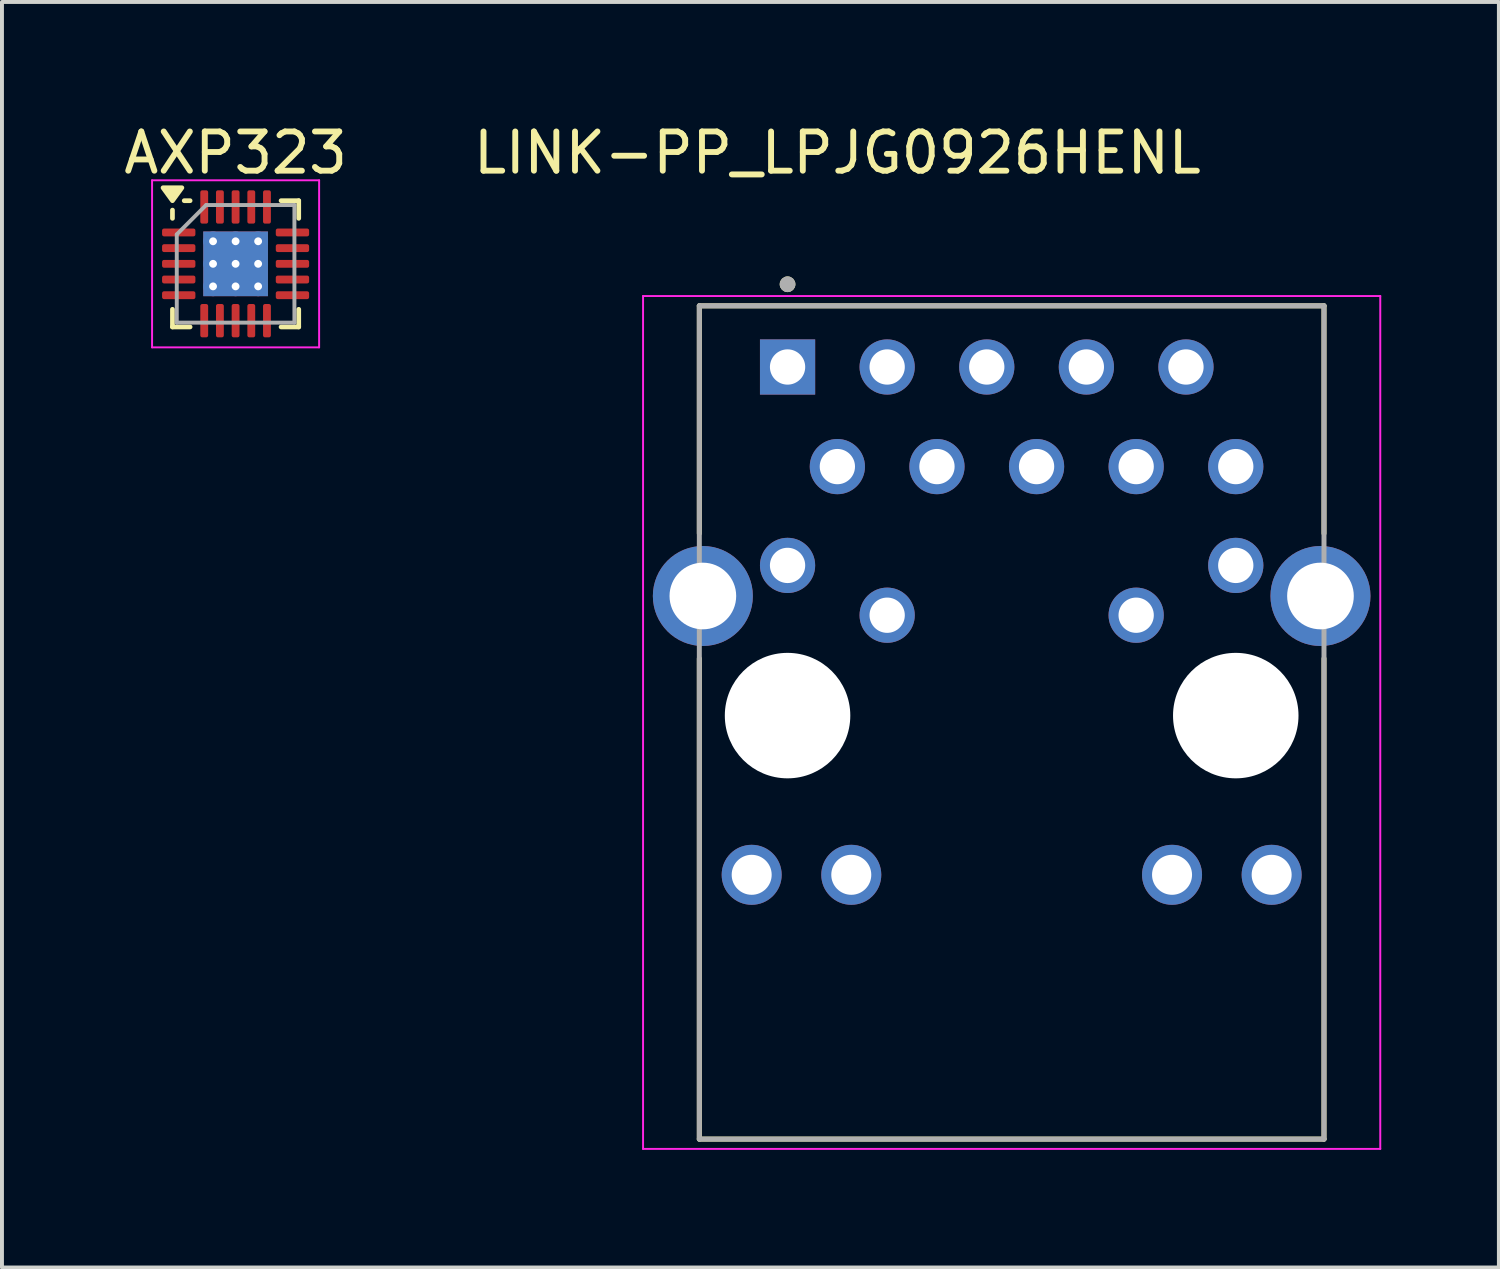
<source format=kicad_pcb>
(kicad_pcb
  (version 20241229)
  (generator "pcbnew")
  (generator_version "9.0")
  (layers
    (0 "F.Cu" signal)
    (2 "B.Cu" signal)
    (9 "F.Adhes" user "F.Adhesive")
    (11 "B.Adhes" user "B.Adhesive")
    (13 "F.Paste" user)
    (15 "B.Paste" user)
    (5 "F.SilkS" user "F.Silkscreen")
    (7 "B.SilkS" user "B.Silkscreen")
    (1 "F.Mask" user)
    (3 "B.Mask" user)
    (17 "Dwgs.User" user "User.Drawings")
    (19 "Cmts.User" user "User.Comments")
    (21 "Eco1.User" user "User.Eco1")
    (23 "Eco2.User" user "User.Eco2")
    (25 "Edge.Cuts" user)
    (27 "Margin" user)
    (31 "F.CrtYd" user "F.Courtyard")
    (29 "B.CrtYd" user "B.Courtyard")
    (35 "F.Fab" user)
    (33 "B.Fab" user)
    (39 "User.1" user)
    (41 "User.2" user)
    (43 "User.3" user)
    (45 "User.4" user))
  (footprint "LINK-PP_LPJG0926HENL"
    (layer "F.Cu")
    (at 22.749 15.199)
    (property "Reference" "LINK-PP_LPJG0926HENL" (at -4.445 -14.351 0) (layer "F.SilkS") (effects (font (size 1 1) (thickness 0.15))))
    (attr through_hole)
    (fp_line (start -7.965 -10.45) (end 7.965 -10.45) (stroke (width 0.127) (type solid)) (layer "F.SilkS"))
    (fp_line (start -7.965 -4.645) (end -7.965 -10.45) (stroke (width 0.127) (type solid)) (layer "F.SilkS"))
    (fp_line (start -7.965 10.8) (end -7.965 -1.455) (stroke (width 0.127) (type solid)) (layer "F.SilkS"))
    (fp_line (start 7.965 -10.45) (end 7.965 -4.645) (stroke (width 0.127) (type solid)) (layer "F.SilkS"))
    (fp_line (start 7.965 10.8) (end -7.965 10.8) (stroke (width 0.127) (type solid)) (layer "F.SilkS"))
    (fp_line (start 7.965 10.8) (end 7.965 -1.455) (stroke (width 0.127) (type solid)) (layer "F.SilkS"))
    (fp_circle (center -5.715 -11) (end -5.615 -11) (stroke (width 0.2) (type solid)) (fill no) (layer "F.SilkS"))
    (fp_line (start -9.4 -10.7) (end -9.4 11.05) (stroke (width 0.05) (type solid)) (layer "F.CrtYd"))
    (fp_line (start -9.4 11.05) (end 9.4 11.05) (stroke (width 0.05) (type solid)) (layer "F.CrtYd"))
    (fp_line (start 9.4 -10.7) (end -9.4 -10.7) (stroke (width 0.05) (type solid)) (layer "F.CrtYd"))
    (fp_line (start 9.4 11.05) (end 9.4 -10.7) (stroke (width 0.05) (type solid)) (layer "F.CrtYd"))
    (fp_line (start -7.965 -10.45) (end 7.965 -10.45) (stroke (width 0.127) (type solid)) (layer "F.Fab"))
    (fp_line (start -7.965 10.8) (end -7.965 -10.45) (stroke (width 0.127) (type solid)) (layer "F.Fab"))
    (fp_line (start 7.965 -10.45) (end 7.965 10.8) (stroke (width 0.127) (type solid)) (layer "F.Fab"))
    (fp_line (start 7.965 10.8) (end -7.965 10.8) (stroke (width 0.127) (type solid)) (layer "F.Fab"))
    (fp_circle (center -5.715 -11) (end -5.615 -11) (stroke (width 0.2) (type solid)) (fill no) (layer "F.Fab"))
    (pad "" np_thru_hole circle (at -5.715 0) (size 3.2 3.2) (drill 3.2) (layers "*.Cu" "*.Mask"))
    (pad "" np_thru_hole circle (at 5.715 0) (size 3.2 3.2) (drill 3.2) (layers "*.Cu" "*.Mask"))
    (pad "1" thru_hole rect (at -5.715 -8.89) (size 1.408 1.408) (drill 0.9) (layers "*.Cu" "*.Mask"))
    (pad "2" thru_hole circle (at -4.445 -6.35) (size 1.408 1.408) (drill 0.9) (layers "*.Cu" "*.Mask"))
    (pad "3" thru_hole circle (at -3.175 -8.89) (size 1.408 1.408) (drill 0.9) (layers "*.Cu" "*.Mask"))
    (pad "4" thru_hole circle (at -1.905 -6.35) (size 1.408 1.408) (drill 0.9) (layers "*.Cu" "*.Mask"))
    (pad "5" thru_hole circle (at -0.635 -8.89) (size 1.408 1.408) (drill 0.9) (layers "*.Cu" "*.Mask"))
    (pad "6" thru_hole circle (at 0.635 -6.35) (size 1.408 1.408) (drill 0.9) (layers "*.Cu" "*.Mask"))
    (pad "7" thru_hole circle (at 1.905 -8.89) (size 1.408 1.408) (drill 0.9) (layers "*.Cu" "*.Mask"))
    (pad "8" thru_hole circle (at 3.175 -6.35) (size 1.408 1.408) (drill 0.9) (layers "*.Cu" "*.Mask"))
    (pad "9" thru_hole circle (at 4.445 -8.89) (size 1.408 1.408) (drill 0.9) (layers "*.Cu" "*.Mask"))
    (pad "10" thru_hole circle (at 5.715 -6.35) (size 1.408 1.408) (drill 0.9) (layers "*.Cu" "*.Mask"))
    (pad "11" thru_hole circle (at -5.715 -3.83) (size 1.408 1.408) (drill 0.9) (layers "*.Cu" "*.Mask"))
    (pad "12" thru_hole circle (at -3.175 -2.56) (size 1.408 1.408) (drill 0.9) (layers "*.Cu" "*.Mask"))
    (pad "13" thru_hole circle (at 3.175 -2.56) (size 1.408 1.408) (drill 0.9) (layers "*.Cu" "*.Mask"))
    (pad "14" thru_hole circle (at 5.715 -3.83) (size 1.408 1.408) (drill 0.9) (layers "*.Cu" "*.Mask"))
    (pad "15" thru_hole circle (at -6.63 4.06) (size 1.53 1.53) (drill 1.02) (layers "*.Cu" "*.Mask"))
    (pad "16" thru_hole circle (at -4.09 4.06) (size 1.53 1.53) (drill 1.02) (layers "*.Cu" "*.Mask"))
    (pad "17" thru_hole circle (at 4.09 4.06) (size 1.53 1.53) (drill 1.02) (layers "*.Cu" "*.Mask"))
    (pad "18" thru_hole circle (at 6.63 4.06) (size 1.53 1.53) (drill 1.02) (layers "*.Cu" "*.Mask"))
    (pad "S1" thru_hole circle (at -7.875 -3.05) (size 2.55 2.55) (drill 1.7) (layers "*.Cu" "*.Mask"))
    (pad "S2" thru_hole circle (at 7.875 -3.05) (size 2.55 2.55) (drill 1.7) (layers "*.Cu" "*.Mask")))
  (footprint "AXP323"
    (layer "F.Cu")
    (at 2.958 3.678)
    (property "Reference" "AXP323" (at 0 -2.83 0) (layer "F.SilkS") (effects (font (size 1 1) (thickness 0.15))))
    (attr smd)
    (fp_line (start -1.61 -1.16) (end -1.61 -1.37) (stroke (width 0.12) (type solid)) (layer "F.SilkS"))
    (fp_line (start -1.61 1.61) (end -1.61 1.16) (stroke (width 0.12) (type solid)) (layer "F.SilkS"))
    (fp_line (start -1.16 -1.61) (end -1.31 -1.61) (stroke (width 0.12) (type solid)) (layer "F.SilkS"))
    (fp_line (start -1.16 1.61) (end -1.61 1.61) (stroke (width 0.12) (type solid)) (layer "F.SilkS"))
    (fp_line (start 1.16 -1.61) (end 1.61 -1.61) (stroke (width 0.12) (type solid)) (layer "F.SilkS"))
    (fp_line (start 1.16 1.61) (end 1.61 1.61) (stroke (width 0.12) (type solid)) (layer "F.SilkS"))
    (fp_line (start 1.61 -1.61) (end 1.61 -1.16) (stroke (width 0.12) (type solid)) (layer "F.SilkS"))
    (fp_line (start 1.61 1.61) (end 1.61 1.16) (stroke (width 0.12) (type solid)) (layer "F.SilkS"))
    (fp_poly (pts (xy -1.61 -1.61) (xy -1.85 -1.94) (xy -1.37 -1.94) (xy -1.61 -1.61)) (stroke (width 0.12) (type solid)) (fill yes) (layer "F.SilkS"))
    (fp_line (start -2.13 -2.13) (end -2.13 2.13) (stroke (width 0.05) (type solid)) (layer "F.CrtYd"))
    (fp_line (start -2.13 2.13) (end 2.13 2.13) (stroke (width 0.05) (type solid)) (layer "F.CrtYd"))
    (fp_line (start 2.13 -2.13) (end -2.13 -2.13) (stroke (width 0.05) (type solid)) (layer "F.CrtYd"))
    (fp_line (start 2.13 2.13) (end 2.13 -2.13) (stroke (width 0.05) (type solid)) (layer "F.CrtYd"))
    (fp_line (start -1.5 -0.75) (end -0.75 -1.5) (stroke (width 0.1) (type solid)) (layer "F.Fab"))
    (fp_line (start -1.5 1.5) (end -1.5 -0.75) (stroke (width 0.1) (type solid)) (layer "F.Fab"))
    (fp_line (start -0.75 -1.5) (end 1.5 -1.5) (stroke (width 0.1) (type solid)) (layer "F.Fab"))
    (fp_line (start 1.5 -1.5) (end 1.5 1.5) (stroke (width 0.1) (type solid)) (layer "F.Fab"))
    (fp_line (start 1.5 1.5) (end -1.5 1.5) (stroke (width 0.1) (type solid)) (layer "F.Fab"))
    (pad "" smd roundrect (at -0.41 -0.41) (size 0.69 0.69) (layers "F.Paste") (roundrect_rratio 0.25))
    (pad "" smd roundrect (at -0.41 0.41) (size 0.69 0.69) (layers "F.Paste") (roundrect_rratio 0.25))
    (pad "" smd roundrect (at 0.41 -0.41) (size 0.69 0.69) (layers "F.Paste") (roundrect_rratio 0.25))
    (pad "" smd roundrect (at 0.41 0.41) (size 0.69 0.69) (layers "F.Paste") (roundrect_rratio 0.25))
    (pad "1" smd roundrect (at -1.45 -0.8) (size 0.85 0.2) (layers "F.Cu" "F.Mask" "F.Paste") (roundrect_rratio 0.25))
    (pad "2" smd roundrect (at -1.45 -0.4) (size 0.85 0.2) (layers "F.Cu" "F.Mask" "F.Paste") (roundrect_rratio 0.25))
    (pad "3" smd roundrect (at -1.45 0) (size 0.85 0.2) (layers "F.Cu" "F.Mask" "F.Paste") (roundrect_rratio 0.25))
    (pad "4" smd roundrect (at -1.45 0.4) (size 0.85 0.2) (layers "F.Cu" "F.Mask" "F.Paste") (roundrect_rratio 0.25))
    (pad "5" smd roundrect (at -1.45 0.8) (size 0.85 0.2) (layers "F.Cu" "F.Mask" "F.Paste") (roundrect_rratio 0.25))
    (pad "6" smd roundrect (at -0.8 1.45) (size 0.2 0.85) (layers "F.Cu" "F.Mask" "F.Paste") (roundrect_rratio 0.25))
    (pad "7" smd roundrect (at -0.4 1.45) (size 0.2 0.85) (layers "F.Cu" "F.Mask" "F.Paste") (roundrect_rratio 0.25))
    (pad "8" smd roundrect (at 0 1.45) (size 0.2 0.85) (layers "F.Cu" "F.Mask" "F.Paste") (roundrect_rratio 0.25))
    (pad "9" smd roundrect (at 0.4 1.45) (size 0.2 0.85) (layers "F.Cu" "F.Mask" "F.Paste") (roundrect_rratio 0.25))
    (pad "10" smd roundrect (at 0.8 1.45) (size 0.2 0.85) (layers "F.Cu" "F.Mask" "F.Paste") (roundrect_rratio 0.25))
    (pad "11" smd roundrect (at 1.45 0.8) (size 0.85 0.2) (layers "F.Cu" "F.Mask" "F.Paste") (roundrect_rratio 0.25))
    (pad "12" smd roundrect (at 1.45 0.4) (size 0.85 0.2) (layers "F.Cu" "F.Mask" "F.Paste") (roundrect_rratio 0.25))
    (pad "13" smd roundrect (at 1.45 0) (size 0.85 0.2) (layers "F.Cu" "F.Mask" "F.Paste") (roundrect_rratio 0.25))
    (pad "14" smd roundrect (at 1.45 -0.4) (size 0.85 0.2) (layers "F.Cu" "F.Mask" "F.Paste") (roundrect_rratio 0.25))
    (pad "15" smd roundrect (at 1.45 -0.8) (size 0.85 0.2) (layers "F.Cu" "F.Mask" "F.Paste") (roundrect_rratio 0.25))
    (pad "16" smd roundrect (at 0.8 -1.45) (size 0.2 0.85) (layers "F.Cu" "F.Mask" "F.Paste") (roundrect_rratio 0.25))
    (pad "17" smd roundrect (at 0.4 -1.45) (size 0.2 0.85) (layers "F.Cu" "F.Mask" "F.Paste") (roundrect_rratio 0.25))
    (pad "18" smd roundrect (at 0 -1.45) (size 0.2 0.85) (layers "F.Cu" "F.Mask" "F.Paste") (roundrect_rratio 0.25))
    (pad "19" smd roundrect (at -0.4 -1.45) (size 0.2 0.85) (layers "F.Cu" "F.Mask" "F.Paste") (roundrect_rratio 0.25))
    (pad "20" smd roundrect (at -0.8 -1.45) (size 0.2 0.85) (layers "F.Cu" "F.Mask" "F.Paste") (roundrect_rratio 0.25))
    (pad "21" thru_hole circle (at -0.575 -0.575) (size 0.5 0.5) (drill 0.2) (property pad_prop_heatsink) (layers "*.Cu"))
    (pad "21" thru_hole circle (at -0.575 0) (size 0.5 0.5) (drill 0.2) (property pad_prop_heatsink) (layers "*.Cu"))
    (pad "21" thru_hole circle (at -0.575 0.575) (size 0.5 0.5) (drill 0.2) (property pad_prop_heatsink) (layers "*.Cu"))
    (pad "21" thru_hole circle (at 0 -0.575) (size 0.5 0.5) (drill 0.2) (property pad_prop_heatsink) (layers "*.Cu"))
    (pad "21" thru_hole circle (at 0 0) (size 0.5 0.5) (drill 0.2) (property pad_prop_heatsink) (layers "*.Cu"))
    (pad "21" smd rect (at 0 0) (size 1.65 1.65) (property pad_prop_heatsink) (layers "F.Cu" "F.Mask"))
    (pad "21" smd rect (at 0 0) (size 1.65 1.65) (property pad_prop_heatsink) (layers "B.Cu"))
    (pad "21" thru_hole circle (at 0 0.575) (size 0.5 0.5) (drill 0.2) (property pad_prop_heatsink) (layers "*.Cu"))
    (pad "21" thru_hole circle (at 0.575 -0.575) (size 0.5 0.5) (drill 0.2) (property pad_prop_heatsink) (layers "*.Cu"))
    (pad "21" thru_hole circle (at 0.575 0) (size 0.5 0.5) (drill 0.2) (property pad_prop_heatsink) (layers "*.Cu"))
    (pad "21" thru_hole circle (at 0.575 0.575) (size 0.5 0.5) (drill 0.2) (property pad_prop_heatsink) (layers "*.Cu")))
  (gr_rect
    (start -3 -3)
    (end 35.174 29.274)
    (stroke (width 0.1) (type default))
    (fill no)
    (layer "Edge.Cuts")))
</source>
